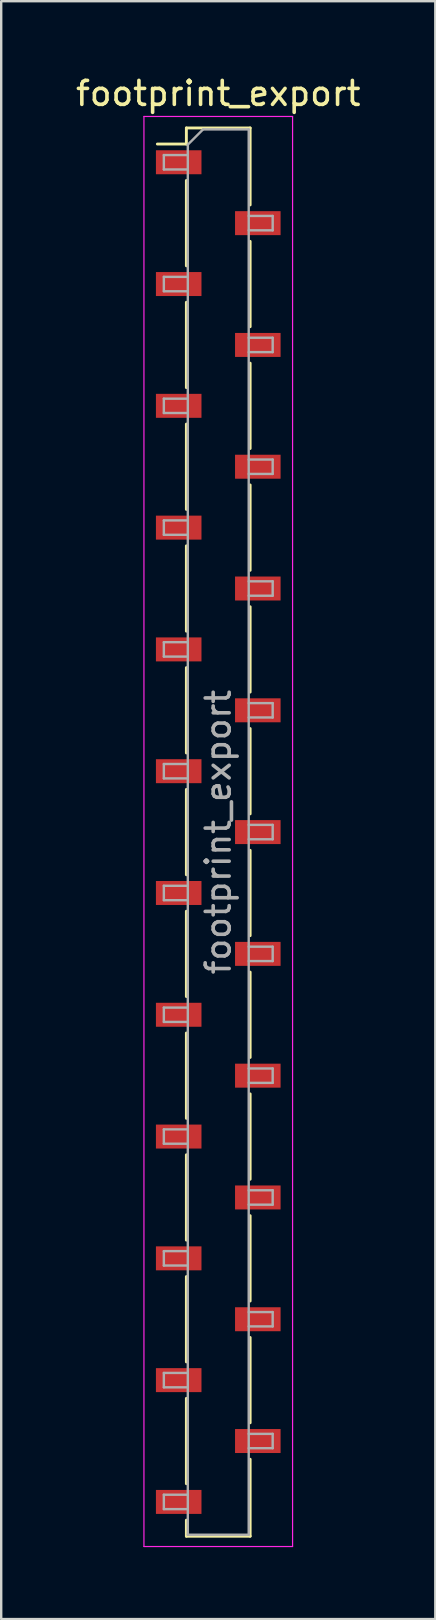
<source format=kicad_pcb>
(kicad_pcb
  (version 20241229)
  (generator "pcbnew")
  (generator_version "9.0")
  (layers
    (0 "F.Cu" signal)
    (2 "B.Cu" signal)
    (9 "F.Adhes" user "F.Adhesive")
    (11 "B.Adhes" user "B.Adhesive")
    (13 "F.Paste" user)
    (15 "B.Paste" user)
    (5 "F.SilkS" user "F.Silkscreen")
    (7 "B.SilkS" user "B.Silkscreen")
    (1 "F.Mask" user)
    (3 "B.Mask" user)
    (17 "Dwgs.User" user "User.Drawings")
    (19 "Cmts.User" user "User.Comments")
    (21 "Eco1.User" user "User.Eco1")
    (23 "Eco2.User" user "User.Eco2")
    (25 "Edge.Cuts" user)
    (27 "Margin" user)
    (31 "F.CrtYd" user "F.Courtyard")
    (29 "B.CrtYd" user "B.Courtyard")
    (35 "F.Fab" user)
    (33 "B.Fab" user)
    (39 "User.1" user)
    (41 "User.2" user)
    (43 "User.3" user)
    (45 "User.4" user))
  (footprint "footprint_export"
    (layer "F.Cu")
    (at 6.054 31.658)
    (property "Reference" "footprint_export" (at 0 -30.81 0) (layer "F.SilkS") (effects (font (size 1 1) (thickness 0.15))))
    (attr smd)
    (fp_line (start -2.54 -28.7) (end -1.33 -28.7) (stroke (width 0.12) (type solid)) (layer "F.SilkS"))
    (fp_line (start -1.33 -29.37) (end -1.33 -28.7) (stroke (width 0.12) (type solid)) (layer "F.SilkS"))
    (fp_line (start -1.33 -29.37) (end 1.33 -29.37) (stroke (width 0.12) (type solid)) (layer "F.SilkS"))
    (fp_line (start -1.33 -27.18) (end -1.33 -23.62) (stroke (width 0.12) (type solid)) (layer "F.SilkS"))
    (fp_line (start -1.33 -22.1) (end -1.33 -18.54) (stroke (width 0.12) (type solid)) (layer "F.SilkS"))
    (fp_line (start -1.33 -17.02) (end -1.33 -13.46) (stroke (width 0.12) (type solid)) (layer "F.SilkS"))
    (fp_line (start -1.33 -11.94) (end -1.33 -8.38) (stroke (width 0.12) (type solid)) (layer "F.SilkS"))
    (fp_line (start -1.33 -6.86) (end -1.33 -3.3) (stroke (width 0.12) (type solid)) (layer "F.SilkS"))
    (fp_line (start -1.33 -1.78) (end -1.33 1.78) (stroke (width 0.12) (type solid)) (layer "F.SilkS"))
    (fp_line (start -1.33 3.3) (end -1.33 6.86) (stroke (width 0.12) (type solid)) (layer "F.SilkS"))
    (fp_line (start -1.33 8.38) (end -1.33 11.94) (stroke (width 0.12) (type solid)) (layer "F.SilkS"))
    (fp_line (start -1.33 13.46) (end -1.33 17.02) (stroke (width 0.12) (type solid)) (layer "F.SilkS"))
    (fp_line (start -1.33 18.54) (end -1.33 22.1) (stroke (width 0.12) (type solid)) (layer "F.SilkS"))
    (fp_line (start -1.33 23.62) (end -1.33 27.18) (stroke (width 0.12) (type solid)) (layer "F.SilkS"))
    (fp_line (start -1.33 28.7) (end -1.33 29.37) (stroke (width 0.12) (type solid)) (layer "F.SilkS"))
    (fp_line (start -1.33 29.37) (end 1.33 29.37) (stroke (width 0.12) (type solid)) (layer "F.SilkS"))
    (fp_line (start 1.33 -29.37) (end 1.33 -26.16) (stroke (width 0.12) (type solid)) (layer "F.SilkS"))
    (fp_line (start 1.33 -24.64) (end 1.33 -21.08) (stroke (width 0.12) (type solid)) (layer "F.SilkS"))
    (fp_line (start 1.33 -19.56) (end 1.33 -16) (stroke (width 0.12) (type solid)) (layer "F.SilkS"))
    (fp_line (start 1.33 -14.48) (end 1.33 -10.92) (stroke (width 0.12) (type solid)) (layer "F.SilkS"))
    (fp_line (start 1.33 -9.4) (end 1.33 -5.84) (stroke (width 0.12) (type solid)) (layer "F.SilkS"))
    (fp_line (start 1.33 -4.32) (end 1.33 -0.76) (stroke (width 0.12) (type solid)) (layer "F.SilkS"))
    (fp_line (start 1.33 0.76) (end 1.33 4.32) (stroke (width 0.12) (type solid)) (layer "F.SilkS"))
    (fp_line (start 1.33 5.84) (end 1.33 9.4) (stroke (width 0.12) (type solid)) (layer "F.SilkS"))
    (fp_line (start 1.33 10.92) (end 1.33 14.48) (stroke (width 0.12) (type solid)) (layer "F.SilkS"))
    (fp_line (start 1.33 16) (end 1.33 19.56) (stroke (width 0.12) (type solid)) (layer "F.SilkS"))
    (fp_line (start 1.33 21.08) (end 1.33 24.64) (stroke (width 0.12) (type solid)) (layer "F.SilkS"))
    (fp_line (start 1.33 26.16) (end 1.33 29.37) (stroke (width 0.12) (type solid)) (layer "F.SilkS"))
    (fp_line (start -3.1 -29.85) (end 3.1 -29.85) (stroke (width 0.05) (type solid)) (layer "F.CrtYd"))
    (fp_line (start -3.1 29.8) (end -3.1 -29.85) (stroke (width 0.05) (type solid)) (layer "F.CrtYd"))
    (fp_line (start 3.1 -29.85) (end 3.1 29.8) (stroke (width 0.05) (type solid)) (layer "F.CrtYd"))
    (fp_line (start 3.1 29.8) (end -3.1 29.8) (stroke (width 0.05) (type solid)) (layer "F.CrtYd"))
    (fp_line (start -2.27 -28.24) (end -1.27 -28.24) (stroke (width 0.1) (type solid)) (layer "F.Fab"))
    (fp_line (start -2.27 -27.64) (end -2.27 -28.24) (stroke (width 0.1) (type solid)) (layer "F.Fab"))
    (fp_line (start -2.27 -23.16) (end -1.27 -23.16) (stroke (width 0.1) (type solid)) (layer "F.Fab"))
    (fp_line (start -2.27 -22.56) (end -2.27 -23.16) (stroke (width 0.1) (type solid)) (layer "F.Fab"))
    (fp_line (start -2.27 -18.08) (end -1.27 -18.08) (stroke (width 0.1) (type solid)) (layer "F.Fab"))
    (fp_line (start -2.27 -17.48) (end -2.27 -18.08) (stroke (width 0.1) (type solid)) (layer "F.Fab"))
    (fp_line (start -2.27 -13) (end -1.27 -13) (stroke (width 0.1) (type solid)) (layer "F.Fab"))
    (fp_line (start -2.27 -12.4) (end -2.27 -13) (stroke (width 0.1) (type solid)) (layer "F.Fab"))
    (fp_line (start -2.27 -7.92) (end -1.27 -7.92) (stroke (width 0.1) (type solid)) (layer "F.Fab"))
    (fp_line (start -2.27 -7.32) (end -2.27 -7.92) (stroke (width 0.1) (type solid)) (layer "F.Fab"))
    (fp_line (start -2.27 -2.84) (end -1.27 -2.84) (stroke (width 0.1) (type solid)) (layer "F.Fab"))
    (fp_line (start -2.27 -2.24) (end -2.27 -2.84) (stroke (width 0.1) (type solid)) (layer "F.Fab"))
    (fp_line (start -2.27 2.24) (end -1.27 2.24) (stroke (width 0.1) (type solid)) (layer "F.Fab"))
    (fp_line (start -2.27 2.84) (end -2.27 2.24) (stroke (width 0.1) (type solid)) (layer "F.Fab"))
    (fp_line (start -2.27 7.32) (end -1.27 7.32) (stroke (width 0.1) (type solid)) (layer "F.Fab"))
    (fp_line (start -2.27 7.92) (end -2.27 7.32) (stroke (width 0.1) (type solid)) (layer "F.Fab"))
    (fp_line (start -2.27 12.4) (end -1.27 12.4) (stroke (width 0.1) (type solid)) (layer "F.Fab"))
    (fp_line (start -2.27 13) (end -2.27 12.4) (stroke (width 0.1) (type solid)) (layer "F.Fab"))
    (fp_line (start -2.27 17.48) (end -1.27 17.48) (stroke (width 0.1) (type solid)) (layer "F.Fab"))
    (fp_line (start -2.27 18.08) (end -2.27 17.48) (stroke (width 0.1) (type solid)) (layer "F.Fab"))
    (fp_line (start -2.27 22.56) (end -1.27 22.56) (stroke (width 0.1) (type solid)) (layer "F.Fab"))
    (fp_line (start -2.27 23.16) (end -2.27 22.56) (stroke (width 0.1) (type solid)) (layer "F.Fab"))
    (fp_line (start -2.27 27.64) (end -1.27 27.64) (stroke (width 0.1) (type solid)) (layer "F.Fab"))
    (fp_line (start -2.27 28.24) (end -2.27 27.64) (stroke (width 0.1) (type solid)) (layer "F.Fab"))
    (fp_line (start -1.27 -28.675) (end -0.635 -29.31) (stroke (width 0.1) (type solid)) (layer "F.Fab"))
    (fp_line (start -1.27 -27.64) (end -2.27 -27.64) (stroke (width 0.1) (type solid)) (layer "F.Fab"))
    (fp_line (start -1.27 -22.56) (end -2.27 -22.56) (stroke (width 0.1) (type solid)) (layer "F.Fab"))
    (fp_line (start -1.27 -17.48) (end -2.27 -17.48) (stroke (width 0.1) (type solid)) (layer "F.Fab"))
    (fp_line (start -1.27 -12.4) (end -2.27 -12.4) (stroke (width 0.1) (type solid)) (layer "F.Fab"))
    (fp_line (start -1.27 -7.32) (end -2.27 -7.32) (stroke (width 0.1) (type solid)) (layer "F.Fab"))
    (fp_line (start -1.27 -2.24) (end -2.27 -2.24) (stroke (width 0.1) (type solid)) (layer "F.Fab"))
    (fp_line (start -1.27 2.84) (end -2.27 2.84) (stroke (width 0.1) (type solid)) (layer "F.Fab"))
    (fp_line (start -1.27 7.92) (end -2.27 7.92) (stroke (width 0.1) (type solid)) (layer "F.Fab"))
    (fp_line (start -1.27 13) (end -2.27 13) (stroke (width 0.1) (type solid)) (layer "F.Fab"))
    (fp_line (start -1.27 18.08) (end -2.27 18.08) (stroke (width 0.1) (type solid)) (layer "F.Fab"))
    (fp_line (start -1.27 23.16) (end -2.27 23.16) (stroke (width 0.1) (type solid)) (layer "F.Fab"))
    (fp_line (start -1.27 28.24) (end -2.27 28.24) (stroke (width 0.1) (type solid)) (layer "F.Fab"))
    (fp_line (start -1.27 29.31) (end -1.27 -28.675) (stroke (width 0.1) (type solid)) (layer "F.Fab"))
    (fp_line (start -0.635 -29.31) (end 1.27 -29.31) (stroke (width 0.1) (type solid)) (layer "F.Fab"))
    (fp_line (start 1.27 -29.31) (end 1.27 29.31) (stroke (width 0.1) (type solid)) (layer "F.Fab"))
    (fp_line (start 1.27 -25.7) (end 2.27 -25.7) (stroke (width 0.1) (type solid)) (layer "F.Fab"))
    (fp_line (start 1.27 -20.62) (end 2.27 -20.62) (stroke (width 0.1) (type solid)) (layer "F.Fab"))
    (fp_line (start 1.27 -15.54) (end 2.27 -15.54) (stroke (width 0.1) (type solid)) (layer "F.Fab"))
    (fp_line (start 1.27 -10.46) (end 2.27 -10.46) (stroke (width 0.1) (type solid)) (layer "F.Fab"))
    (fp_line (start 1.27 -5.38) (end 2.27 -5.38) (stroke (width 0.1) (type solid)) (layer "F.Fab"))
    (fp_line (start 1.27 -0.3) (end 2.27 -0.3) (stroke (width 0.1) (type solid)) (layer "F.Fab"))
    (fp_line (start 1.27 4.78) (end 2.27 4.78) (stroke (width 0.1) (type solid)) (layer "F.Fab"))
    (fp_line (start 1.27 9.86) (end 2.27 9.86) (stroke (width 0.1) (type solid)) (layer "F.Fab"))
    (fp_line (start 1.27 14.94) (end 2.27 14.94) (stroke (width 0.1) (type solid)) (layer "F.Fab"))
    (fp_line (start 1.27 20.02) (end 2.27 20.02) (stroke (width 0.1) (type solid)) (layer "F.Fab"))
    (fp_line (start 1.27 25.1) (end 2.27 25.1) (stroke (width 0.1) (type solid)) (layer "F.Fab"))
    (fp_line (start 1.27 29.31) (end -1.27 29.31) (stroke (width 0.1) (type solid)) (layer "F.Fab"))
    (fp_line (start 2.27 -25.7) (end 2.27 -25.1) (stroke (width 0.1) (type solid)) (layer "F.Fab"))
    (fp_line (start 2.27 -25.1) (end 1.27 -25.1) (stroke (width 0.1) (type solid)) (layer "F.Fab"))
    (fp_line (start 2.27 -20.62) (end 2.27 -20.02) (stroke (width 0.1) (type solid)) (layer "F.Fab"))
    (fp_line (start 2.27 -20.02) (end 1.27 -20.02) (stroke (width 0.1) (type solid)) (layer "F.Fab"))
    (fp_line (start 2.27 -15.54) (end 2.27 -14.94) (stroke (width 0.1) (type solid)) (layer "F.Fab"))
    (fp_line (start 2.27 -14.94) (end 1.27 -14.94) (stroke (width 0.1) (type solid)) (layer "F.Fab"))
    (fp_line (start 2.27 -10.46) (end 2.27 -9.86) (stroke (width 0.1) (type solid)) (layer "F.Fab"))
    (fp_line (start 2.27 -9.86) (end 1.27 -9.86) (stroke (width 0.1) (type solid)) (layer "F.Fab"))
    (fp_line (start 2.27 -5.38) (end 2.27 -4.78) (stroke (width 0.1) (type solid)) (layer "F.Fab"))
    (fp_line (start 2.27 -4.78) (end 1.27 -4.78) (stroke (width 0.1) (type solid)) (layer "F.Fab"))
    (fp_line (start 2.27 -0.3) (end 2.27 0.3) (stroke (width 0.1) (type solid)) (layer "F.Fab"))
    (fp_line (start 2.27 0.3) (end 1.27 0.3) (stroke (width 0.1) (type solid)) (layer "F.Fab"))
    (fp_line (start 2.27 4.78) (end 2.27 5.38) (stroke (width 0.1) (type solid)) (layer "F.Fab"))
    (fp_line (start 2.27 5.38) (end 1.27 5.38) (stroke (width 0.1) (type solid)) (layer "F.Fab"))
    (fp_line (start 2.27 9.86) (end 2.27 10.46) (stroke (width 0.1) (type solid)) (layer "F.Fab"))
    (fp_line (start 2.27 10.46) (end 1.27 10.46) (stroke (width 0.1) (type solid)) (layer "F.Fab"))
    (fp_line (start 2.27 14.94) (end 2.27 15.54) (stroke (width 0.1) (type solid)) (layer "F.Fab"))
    (fp_line (start 2.27 15.54) (end 1.27 15.54) (stroke (width 0.1) (type solid)) (layer "F.Fab"))
    (fp_line (start 2.27 20.02) (end 2.27 20.62) (stroke (width 0.1) (type solid)) (layer "F.Fab"))
    (fp_line (start 2.27 20.62) (end 1.27 20.62) (stroke (width 0.1) (type solid)) (layer "F.Fab"))
    (fp_line (start 2.27 25.1) (end 2.27 25.7) (stroke (width 0.1) (type solid)) (layer "F.Fab"))
    (fp_line (start 2.27 25.7) (end 1.27 25.7) (stroke (width 0.1) (type solid)) (layer "F.Fab"))
    (fp_text user "${REFERENCE}" (at 0 0 90) (layer "F.Fab") (effects (font (size 1 1) (thickness 0.15))))
    (pad "1" smd rect (at -1.65 -27.94) (size 1.9 1) (layers "F.Cu" "F.Mask" "F.Paste"))
    (pad "2" smd rect (at 1.65 -25.4) (size 1.9 1) (layers "F.Cu" "F.Mask" "F.Paste"))
    (pad "3" smd rect (at -1.65 -22.86) (size 1.9 1) (layers "F.Cu" "F.Mask" "F.Paste"))
    (pad "4" smd rect (at 1.65 -20.32) (size 1.9 1) (layers "F.Cu" "F.Mask" "F.Paste"))
    (pad "5" smd rect (at -1.65 -17.78) (size 1.9 1) (layers "F.Cu" "F.Mask" "F.Paste"))
    (pad "6" smd rect (at 1.65 -15.24) (size 1.9 1) (layers "F.Cu" "F.Mask" "F.Paste"))
    (pad "7" smd rect (at -1.65 -12.7) (size 1.9 1) (layers "F.Cu" "F.Mask" "F.Paste"))
    (pad "8" smd rect (at 1.65 -10.16) (size 1.9 1) (layers "F.Cu" "F.Mask" "F.Paste"))
    (pad "9" smd rect (at -1.65 -7.62) (size 1.9 1) (layers "F.Cu" "F.Mask" "F.Paste"))
    (pad "10" smd rect (at 1.65 -5.08) (size 1.9 1) (layers "F.Cu" "F.Mask" "F.Paste"))
    (pad "11" smd rect (at -1.65 -2.54) (size 1.9 1) (layers "F.Cu" "F.Mask" "F.Paste"))
    (pad "12" smd rect (at 1.65 0) (size 1.9 1) (layers "F.Cu" "F.Mask" "F.Paste"))
    (pad "13" smd rect (at -1.65 2.54) (size 1.9 1) (layers "F.Cu" "F.Mask" "F.Paste"))
    (pad "14" smd rect (at 1.65 5.08) (size 1.9 1) (layers "F.Cu" "F.Mask" "F.Paste"))
    (pad "15" smd rect (at -1.65 7.62) (size 1.9 1) (layers "F.Cu" "F.Mask" "F.Paste"))
    (pad "16" smd rect (at 1.65 10.16) (size 1.9 1) (layers "F.Cu" "F.Mask" "F.Paste"))
    (pad "17" smd rect (at -1.65 12.7) (size 1.9 1) (layers "F.Cu" "F.Mask" "F.Paste"))
    (pad "18" smd rect (at 1.65 15.24) (size 1.9 1) (layers "F.Cu" "F.Mask" "F.Paste"))
    (pad "19" smd rect (at -1.65 17.78) (size 1.9 1) (layers "F.Cu" "F.Mask" "F.Paste"))
    (pad "20" smd rect (at 1.65 20.32) (size 1.9 1) (layers "F.Cu" "F.Mask" "F.Paste"))
    (pad "21" smd rect (at -1.65 22.86) (size 1.9 1) (layers "F.Cu" "F.Mask" "F.Paste"))
    (pad "22" smd rect (at 1.65 25.4) (size 1.9 1) (layers "F.Cu" "F.Mask" "F.Paste"))
    (pad "23" smd rect (at -1.65 27.94) (size 1.9 1) (layers "F.Cu" "F.Mask" "F.Paste")))
  (gr_rect
    (start -3 -3)
    (end 15.107 64.483)
    (stroke (width 0.1) (type default))
    (fill no)
    (layer "Edge.Cuts")))
</source>
